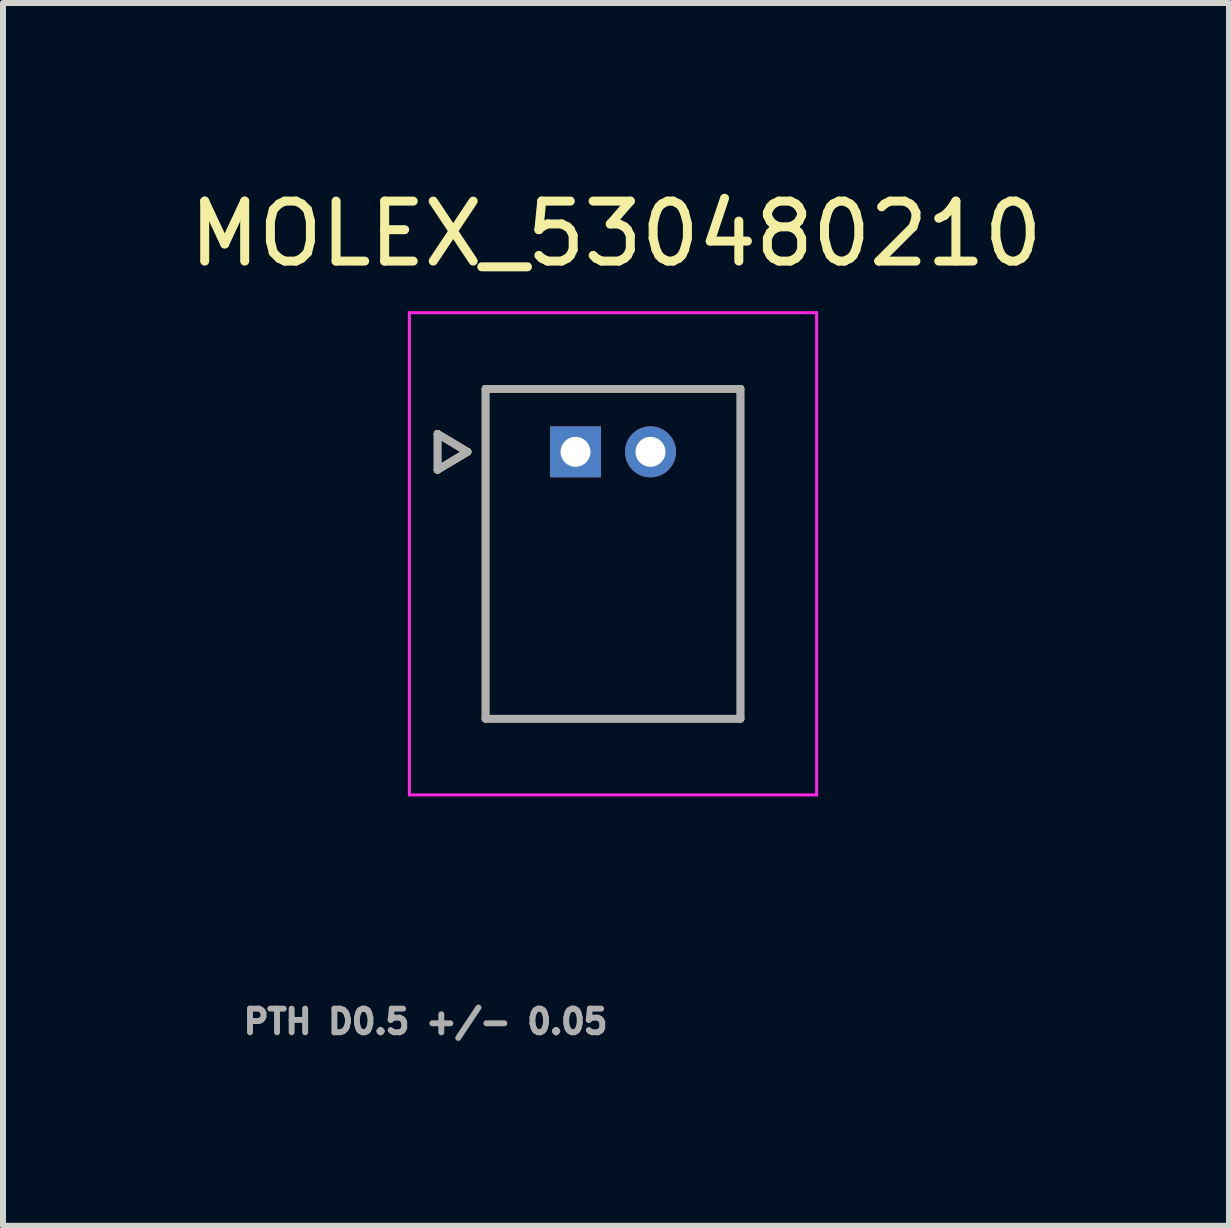
<source format=kicad_pcb>
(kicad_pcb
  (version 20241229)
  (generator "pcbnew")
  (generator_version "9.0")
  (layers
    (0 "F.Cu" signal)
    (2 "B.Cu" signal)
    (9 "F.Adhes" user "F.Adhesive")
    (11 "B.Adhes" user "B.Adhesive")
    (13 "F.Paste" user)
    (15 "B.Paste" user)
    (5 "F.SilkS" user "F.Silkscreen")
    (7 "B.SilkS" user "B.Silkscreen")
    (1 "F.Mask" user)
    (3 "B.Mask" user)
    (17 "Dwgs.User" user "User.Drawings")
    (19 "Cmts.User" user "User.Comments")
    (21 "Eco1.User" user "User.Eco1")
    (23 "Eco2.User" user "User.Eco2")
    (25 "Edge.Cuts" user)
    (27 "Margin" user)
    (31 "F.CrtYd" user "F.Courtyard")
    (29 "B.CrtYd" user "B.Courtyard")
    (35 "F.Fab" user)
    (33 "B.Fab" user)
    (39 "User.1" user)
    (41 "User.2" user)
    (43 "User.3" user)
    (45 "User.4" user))
  (footprint "MOLEX_530480210"
    (layer "F.Cu")
    (at 6.545 4.483)
    (property "Reference" "MOLEX_530480210" (at 0.675 -3.635 0) (layer "F.SilkS") (effects (font (size 1 1) (thickness 0.15))))
    (attr through_hole)
    (fp_circle (center 1.25 0) (end 1.501 0) (stroke (width 0.501) (type solid)) (fill no) (layer "F.Mask"))
    (fp_poly (pts (xy -0.501 -0.501) (xy 0.501 -0.501) (xy 0.501 0.501) (xy -0.501 0.501)) (stroke (width 0.01) (type solid)) (fill yes) (layer "F.Mask"))
    (fp_circle (center 1.25 0) (end 1.501 0) (stroke (width 0.501) (type solid)) (fill no) (layer "B.Mask"))
    (fp_poly (pts (xy -0.501 -0.501) (xy 0.501 -0.501) (xy 0.501 0.501) (xy -0.501 0.501)) (stroke (width 0.01) (type solid)) (fill yes) (layer "B.Mask"))
    (fp_line (start -2.3 -0.3) (end -1.8 0) (stroke (width 0.127) (type solid)) (layer "F.SilkS"))
    (fp_line (start -2.3 0.3) (end -2.3 -0.3) (stroke (width 0.127) (type solid)) (layer "F.SilkS"))
    (fp_line (start -1.8 0) (end -2.3 0.3) (stroke (width 0.127) (type solid)) (layer "F.SilkS"))
    (fp_line (start -1.5 -1.05) (end 2.75 -1.05) (stroke (width 0.127) (type solid)) (layer "F.SilkS"))
    (fp_line (start -1.5 4.45) (end -1.5 -1.05) (stroke (width 0.127) (type solid)) (layer "F.SilkS"))
    (fp_line (start 2.75 -1.05) (end 2.75 4.45) (stroke (width 0.127) (type solid)) (layer "F.SilkS"))
    (fp_line (start 2.75 4.45) (end -1.5 4.45) (stroke (width 0.127) (type solid)) (layer "F.SilkS"))
    (fp_line (start -2.77 -2.32) (end 4.02 -2.32) (stroke (width 0.05) (type solid)) (layer "F.CrtYd"))
    (fp_line (start -2.77 5.72) (end -2.77 -2.32) (stroke (width 0.05) (type solid)) (layer "F.CrtYd"))
    (fp_line (start 4.02 -2.32) (end 4.02 5.72) (stroke (width 0.05) (type solid)) (layer "F.CrtYd"))
    (fp_line (start 4.02 5.72) (end -2.77 5.72) (stroke (width 0.05) (type solid)) (layer "F.CrtYd"))
    (fp_line (start -2.3 -0.3) (end -1.8 0) (stroke (width 0.127) (type solid)) (layer "F.Fab"))
    (fp_line (start -2.3 0.3) (end -2.3 -0.3) (stroke (width 0.127) (type solid)) (layer "F.Fab"))
    (fp_line (start -1.8 0) (end -2.3 0.3) (stroke (width 0.127) (type solid)) (layer "F.Fab"))
    (fp_line (start -1.5 -1.05) (end 2.75 -1.05) (stroke (width 0.127) (type solid)) (layer "F.Fab"))
    (fp_line (start -1.5 4.45) (end -1.5 -1.05) (stroke (width 0.127) (type solid)) (layer "F.Fab"))
    (fp_line (start 2.75 -1.05) (end 2.75 4.45) (stroke (width 0.127) (type solid)) (layer "F.Fab"))
    (fp_line (start 2.75 4.45) (end -1.5 4.45) (stroke (width 0.127) (type solid)) (layer "F.Fab"))
    (fp_text user "PTH D0.5 +/- 0.05" (at -2.5 9.5 0) (layer "F.Fab") (effects (font (size 0.394 0.394) (thickness 0.15))))
    (pad "1" thru_hole rect (at 0 0) (size 0.85 0.85) (drill 0.5) (layers "*.Cu"))
    (pad "2" thru_hole circle (at 1.25 0) (size 0.85 0.85) (drill 0.5) (layers "*.Cu")))
  (gr_rect
    (start -3 -3)
    (end 17.44 17.386)
    (stroke (width 0.1) (type default))
    (fill no)
    (layer "Edge.Cuts")))
</source>
